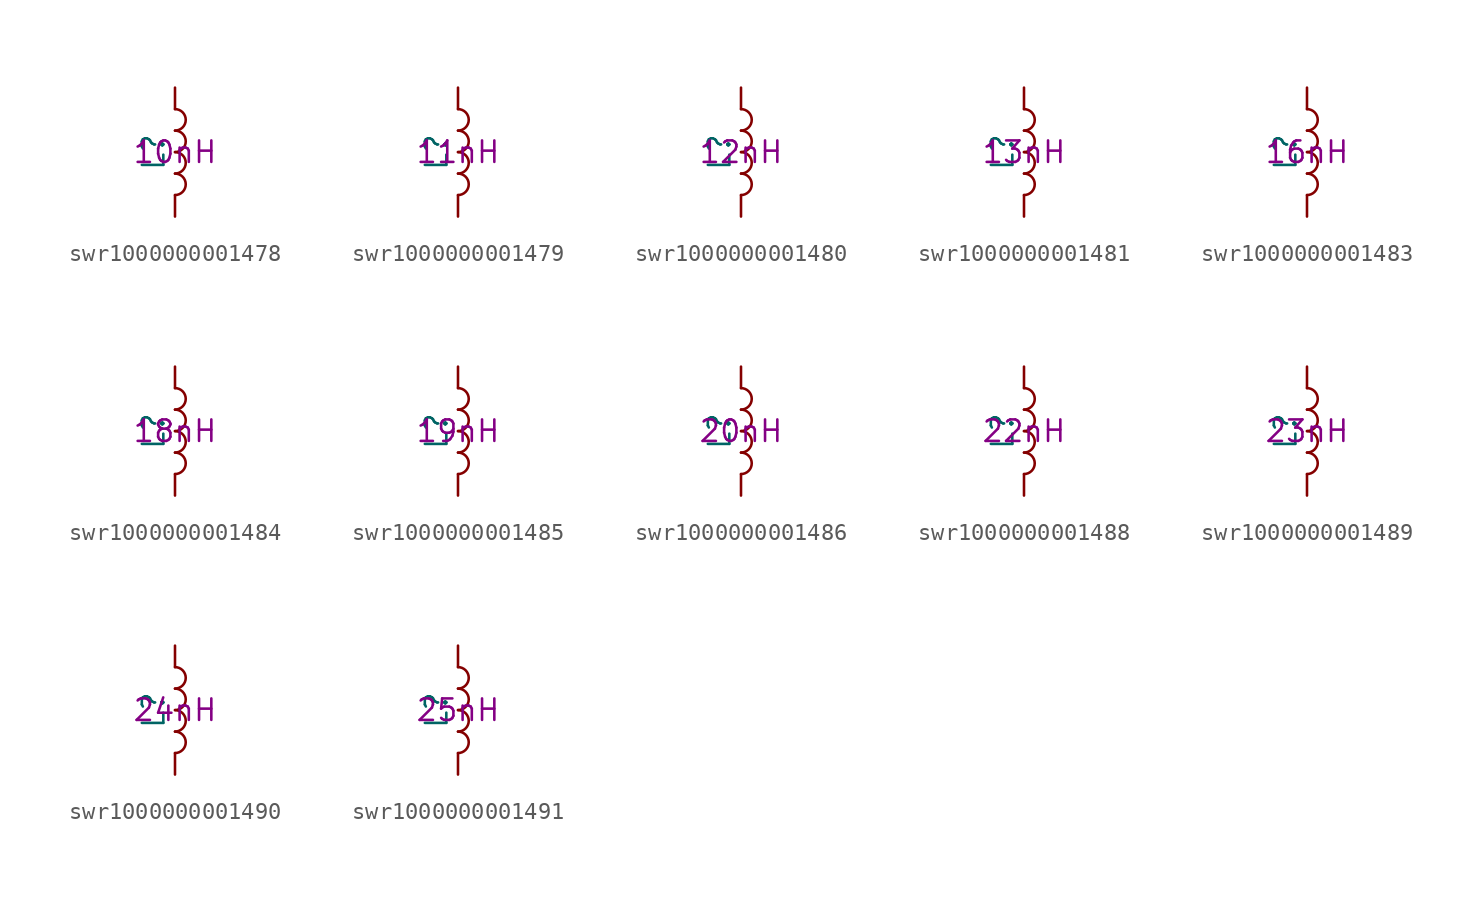
<source format=kicad_sym>
(kicad_symbol_lib
  (version 20220914)
  (generator kicad_symbol_editor)
  (symbol "swr1000000001478"
    (pin_numbers hide)
    (pin_names
      (offset 1.016) hide)
    (property "Reference" "L"
      (at -1.27 0 90)
      (effects (font (size 1.27 1.27))))
    (property "PartValue" "10nH"
      (at 0 0 0)
      (effects (font (size 1.27 1.27))))
    (symbol "swr1000000001478_0_1"
      (arc (start 0 -2.54) (mid 0.6323 -1.905) (end 0 -1.27) (stroke (width 0) (type default)) (fill (type none)))
      (arc (start 0 -1.27) (mid 0.6323 -0.635) (end 0 0) (stroke (width 0) (type default)) (fill (type none)))
      (arc (start 0 0) (mid 0.6323 0.635) (end 0 1.27) (stroke (width 0) (type default)) (fill (type none)))
      (arc (start 0 1.27) (mid 0.6323 1.905) (end 0 2.54) (stroke (width 0) (type default)) (fill (type none))))
    (symbol "swr1000000001478_1_1"
      (pin passive line (at 0 3.81 270) (length 1.27) (name "1" (effects (font (size 1.27 1.27)))) (number "1" (effects (font (size 1.27 1.27)))))
      (pin passive line (at 0 -3.81 90) (length 1.27) (name "2" (effects (font (size 1.27 1.27)))) (number "2" (effects (font (size 1.27 1.27)))))))
  (symbol "swr1000000001479"
    (pin_numbers hide)
    (pin_names
      (offset 1.016) hide)
    (property "Reference" "L"
      (at -1.27 0 90)
      (effects (font (size 1.27 1.27))))
    (property "PartValue" "11nH"
      (at 0 0 0)
      (effects (font (size 1.27 1.27))))
    (symbol "swr1000000001479_0_1"
      (arc (start 0 -2.54) (mid 0.6323 -1.905) (end 0 -1.27) (stroke (width 0) (type default)) (fill (type none)))
      (arc (start 0 -1.27) (mid 0.6323 -0.635) (end 0 0) (stroke (width 0) (type default)) (fill (type none)))
      (arc (start 0 0) (mid 0.6323 0.635) (end 0 1.27) (stroke (width 0) (type default)) (fill (type none)))
      (arc (start 0 1.27) (mid 0.6323 1.905) (end 0 2.54) (stroke (width 0) (type default)) (fill (type none))))
    (symbol "swr1000000001479_1_1"
      (pin passive line (at 0 3.81 270) (length 1.27) (name "1" (effects (font (size 1.27 1.27)))) (number "1" (effects (font (size 1.27 1.27)))))
      (pin passive line (at 0 -3.81 90) (length 1.27) (name "2" (effects (font (size 1.27 1.27)))) (number "2" (effects (font (size 1.27 1.27)))))))
  (symbol "swr1000000001480"
    (pin_numbers hide)
    (pin_names
      (offset 1.016) hide)
    (property "Reference" "L"
      (at -1.27 0 90)
      (effects (font (size 1.27 1.27))))
    (property "PartValue" "12nH"
      (at 0 0 0)
      (effects (font (size 1.27 1.27))))
    (symbol "swr1000000001480_0_1"
      (arc (start 0 -2.54) (mid 0.6323 -1.905) (end 0 -1.27) (stroke (width 0) (type default)) (fill (type none)))
      (arc (start 0 -1.27) (mid 0.6323 -0.635) (end 0 0) (stroke (width 0) (type default)) (fill (type none)))
      (arc (start 0 0) (mid 0.6323 0.635) (end 0 1.27) (stroke (width 0) (type default)) (fill (type none)))
      (arc (start 0 1.27) (mid 0.6323 1.905) (end 0 2.54) (stroke (width 0) (type default)) (fill (type none))))
    (symbol "swr1000000001480_1_1"
      (pin passive line (at 0 3.81 270) (length 1.27) (name "1" (effects (font (size 1.27 1.27)))) (number "1" (effects (font (size 1.27 1.27)))))
      (pin passive line (at 0 -3.81 90) (length 1.27) (name "2" (effects (font (size 1.27 1.27)))) (number "2" (effects (font (size 1.27 1.27)))))))
  (symbol "swr1000000001481"
    (pin_numbers hide)
    (pin_names
      (offset 1.016) hide)
    (property "Reference" "L"
      (at -1.27 0 90)
      (effects (font (size 1.27 1.27))))
    (property "PartValue" "13nH"
      (at 0 0 0)
      (effects (font (size 1.27 1.27))))
    (symbol "swr1000000001481_0_1"
      (arc (start 0 -2.54) (mid 0.6323 -1.905) (end 0 -1.27) (stroke (width 0) (type default)) (fill (type none)))
      (arc (start 0 -1.27) (mid 0.6323 -0.635) (end 0 0) (stroke (width 0) (type default)) (fill (type none)))
      (arc (start 0 0) (mid 0.6323 0.635) (end 0 1.27) (stroke (width 0) (type default)) (fill (type none)))
      (arc (start 0 1.27) (mid 0.6323 1.905) (end 0 2.54) (stroke (width 0) (type default)) (fill (type none))))
    (symbol "swr1000000001481_1_1"
      (pin passive line (at 0 3.81 270) (length 1.27) (name "1" (effects (font (size 1.27 1.27)))) (number "1" (effects (font (size 1.27 1.27)))))
      (pin passive line (at 0 -3.81 90) (length 1.27) (name "2" (effects (font (size 1.27 1.27)))) (number "2" (effects (font (size 1.27 1.27)))))))
  (symbol "swr1000000001483"
    (pin_numbers hide)
    (pin_names
      (offset 1.016) hide)
    (property "Reference" "L"
      (at -1.27 0 90)
      (effects (font (size 1.27 1.27))))
    (property "PartValue" "16nH"
      (at 0 0 0)
      (effects (font (size 1.27 1.27))))
    (symbol "swr1000000001483_0_1"
      (arc (start 0 -2.54) (mid 0.6323 -1.905) (end 0 -1.27) (stroke (width 0) (type default)) (fill (type none)))
      (arc (start 0 -1.27) (mid 0.6323 -0.635) (end 0 0) (stroke (width 0) (type default)) (fill (type none)))
      (arc (start 0 0) (mid 0.6323 0.635) (end 0 1.27) (stroke (width 0) (type default)) (fill (type none)))
      (arc (start 0 1.27) (mid 0.6323 1.905) (end 0 2.54) (stroke (width 0) (type default)) (fill (type none))))
    (symbol "swr1000000001483_1_1"
      (pin passive line (at 0 3.81 270) (length 1.27) (name "1" (effects (font (size 1.27 1.27)))) (number "1" (effects (font (size 1.27 1.27)))))
      (pin passive line (at 0 -3.81 90) (length 1.27) (name "2" (effects (font (size 1.27 1.27)))) (number "2" (effects (font (size 1.27 1.27)))))))
  (symbol "swr1000000001484"
    (pin_numbers hide)
    (pin_names
      (offset 1.016) hide)
    (property "Reference" "L"
      (at -1.27 0 90)
      (effects (font (size 1.27 1.27))))
    (property "PartValue" "18nH"
      (at 0 0 0)
      (effects (font (size 1.27 1.27))))
    (symbol "swr1000000001484_0_1"
      (arc (start 0 -2.54) (mid 0.6323 -1.905) (end 0 -1.27) (stroke (width 0) (type default)) (fill (type none)))
      (arc (start 0 -1.27) (mid 0.6323 -0.635) (end 0 0) (stroke (width 0) (type default)) (fill (type none)))
      (arc (start 0 0) (mid 0.6323 0.635) (end 0 1.27) (stroke (width 0) (type default)) (fill (type none)))
      (arc (start 0 1.27) (mid 0.6323 1.905) (end 0 2.54) (stroke (width 0) (type default)) (fill (type none))))
    (symbol "swr1000000001484_1_1"
      (pin passive line (at 0 3.81 270) (length 1.27) (name "1" (effects (font (size 1.27 1.27)))) (number "1" (effects (font (size 1.27 1.27)))))
      (pin passive line (at 0 -3.81 90) (length 1.27) (name "2" (effects (font (size 1.27 1.27)))) (number "2" (effects (font (size 1.27 1.27)))))))
  (symbol "swr1000000001485"
    (pin_numbers hide)
    (pin_names
      (offset 1.016) hide)
    (property "Reference" "L"
      (at -1.27 0 90)
      (effects (font (size 1.27 1.27))))
    (property "PartValue" "19nH"
      (at 0 0 0)
      (effects (font (size 1.27 1.27))))
    (symbol "swr1000000001485_0_1"
      (arc (start 0 -2.54) (mid 0.6323 -1.905) (end 0 -1.27) (stroke (width 0) (type default)) (fill (type none)))
      (arc (start 0 -1.27) (mid 0.6323 -0.635) (end 0 0) (stroke (width 0) (type default)) (fill (type none)))
      (arc (start 0 0) (mid 0.6323 0.635) (end 0 1.27) (stroke (width 0) (type default)) (fill (type none)))
      (arc (start 0 1.27) (mid 0.6323 1.905) (end 0 2.54) (stroke (width 0) (type default)) (fill (type none))))
    (symbol "swr1000000001485_1_1"
      (pin passive line (at 0 3.81 270) (length 1.27) (name "1" (effects (font (size 1.27 1.27)))) (number "1" (effects (font (size 1.27 1.27)))))
      (pin passive line (at 0 -3.81 90) (length 1.27) (name "2" (effects (font (size 1.27 1.27)))) (number "2" (effects (font (size 1.27 1.27)))))))
  (symbol "swr1000000001486"
    (pin_numbers hide)
    (pin_names
      (offset 1.016) hide)
    (property "Reference" "L"
      (at -1.27 0 90)
      (effects (font (size 1.27 1.27))))
    (property "PartValue" "20nH"
      (at 0 0 0)
      (effects (font (size 1.27 1.27))))
    (symbol "swr1000000001486_0_1"
      (arc (start 0 -2.54) (mid 0.6323 -1.905) (end 0 -1.27) (stroke (width 0) (type default)) (fill (type none)))
      (arc (start 0 -1.27) (mid 0.6323 -0.635) (end 0 0) (stroke (width 0) (type default)) (fill (type none)))
      (arc (start 0 0) (mid 0.6323 0.635) (end 0 1.27) (stroke (width 0) (type default)) (fill (type none)))
      (arc (start 0 1.27) (mid 0.6323 1.905) (end 0 2.54) (stroke (width 0) (type default)) (fill (type none))))
    (symbol "swr1000000001486_1_1"
      (pin passive line (at 0 3.81 270) (length 1.27) (name "1" (effects (font (size 1.27 1.27)))) (number "1" (effects (font (size 1.27 1.27)))))
      (pin passive line (at 0 -3.81 90) (length 1.27) (name "2" (effects (font (size 1.27 1.27)))) (number "2" (effects (font (size 1.27 1.27)))))))
  (symbol "swr1000000001488"
    (pin_numbers hide)
    (pin_names
      (offset 1.016) hide)
    (property "Reference" "L"
      (at -1.27 0 90)
      (effects (font (size 1.27 1.27))))
    (property "PartValue" "22nH"
      (at 0 0 0)
      (effects (font (size 1.27 1.27))))
    (symbol "swr1000000001488_0_1"
      (arc (start 0 -2.54) (mid 0.6323 -1.905) (end 0 -1.27) (stroke (width 0) (type default)) (fill (type none)))
      (arc (start 0 -1.27) (mid 0.6323 -0.635) (end 0 0) (stroke (width 0) (type default)) (fill (type none)))
      (arc (start 0 0) (mid 0.6323 0.635) (end 0 1.27) (stroke (width 0) (type default)) (fill (type none)))
      (arc (start 0 1.27) (mid 0.6323 1.905) (end 0 2.54) (stroke (width 0) (type default)) (fill (type none))))
    (symbol "swr1000000001488_1_1"
      (pin passive line (at 0 3.81 270) (length 1.27) (name "1" (effects (font (size 1.27 1.27)))) (number "1" (effects (font (size 1.27 1.27)))))
      (pin passive line (at 0 -3.81 90) (length 1.27) (name "2" (effects (font (size 1.27 1.27)))) (number "2" (effects (font (size 1.27 1.27)))))))
  (symbol "swr1000000001489"
    (pin_numbers hide)
    (pin_names
      (offset 1.016) hide)
    (property "Reference" "L"
      (at -1.27 0 90)
      (effects (font (size 1.27 1.27))))
    (property "PartValue" "23nH"
      (at 0 0 0)
      (effects (font (size 1.27 1.27))))
    (symbol "swr1000000001489_0_1"
      (arc (start 0 -2.54) (mid 0.6323 -1.905) (end 0 -1.27) (stroke (width 0) (type default)) (fill (type none)))
      (arc (start 0 -1.27) (mid 0.6323 -0.635) (end 0 0) (stroke (width 0) (type default)) (fill (type none)))
      (arc (start 0 0) (mid 0.6323 0.635) (end 0 1.27) (stroke (width 0) (type default)) (fill (type none)))
      (arc (start 0 1.27) (mid 0.6323 1.905) (end 0 2.54) (stroke (width 0) (type default)) (fill (type none))))
    (symbol "swr1000000001489_1_1"
      (pin passive line (at 0 3.81 270) (length 1.27) (name "1" (effects (font (size 1.27 1.27)))) (number "1" (effects (font (size 1.27 1.27)))))
      (pin passive line (at 0 -3.81 90) (length 1.27) (name "2" (effects (font (size 1.27 1.27)))) (number "2" (effects (font (size 1.27 1.27)))))))
  (symbol "swr1000000001490"
    (pin_numbers hide)
    (pin_names
      (offset 1.016) hide)
    (property "Reference" "L"
      (at -1.27 0 90)
      (effects (font (size 1.27 1.27))))
    (property "PartValue" "24nH"
      (at 0 0 0)
      (effects (font (size 1.27 1.27))))
    (symbol "swr1000000001490_0_1"
      (arc (start 0 -2.54) (mid 0.6323 -1.905) (end 0 -1.27) (stroke (width 0) (type default)) (fill (type none)))
      (arc (start 0 -1.27) (mid 0.6323 -0.635) (end 0 0) (stroke (width 0) (type default)) (fill (type none)))
      (arc (start 0 0) (mid 0.6323 0.635) (end 0 1.27) (stroke (width 0) (type default)) (fill (type none)))
      (arc (start 0 1.27) (mid 0.6323 1.905) (end 0 2.54) (stroke (width 0) (type default)) (fill (type none))))
    (symbol "swr1000000001490_1_1"
      (pin passive line (at 0 3.81 270) (length 1.27) (name "1" (effects (font (size 1.27 1.27)))) (number "1" (effects (font (size 1.27 1.27)))))
      (pin passive line (at 0 -3.81 90) (length 1.27) (name "2" (effects (font (size 1.27 1.27)))) (number "2" (effects (font (size 1.27 1.27)))))))
  (symbol "swr1000000001491"
    (pin_numbers hide)
    (pin_names
      (offset 1.016) hide)
    (property "Reference" "L"
      (at -1.27 0 90)
      (effects (font (size 1.27 1.27))))
    (property "PartValue" "25nH"
      (at 0 0 0)
      (effects (font (size 1.27 1.27))))
    (symbol "swr1000000001491_0_1"
      (arc (start 0 -2.54) (mid 0.6323 -1.905) (end 0 -1.27) (stroke (width 0) (type default)) (fill (type none)))
      (arc (start 0 -1.27) (mid 0.6323 -0.635) (end 0 0) (stroke (width 0) (type default)) (fill (type none)))
      (arc (start 0 0) (mid 0.6323 0.635) (end 0 1.27) (stroke (width 0) (type default)) (fill (type none)))
      (arc (start 0 1.27) (mid 0.6323 1.905) (end 0 2.54) (stroke (width 0) (type default)) (fill (type none))))
    (symbol "swr1000000001491_1_1"
      (pin passive line (at 0 3.81 270) (length 1.27) (name "1" (effects (font (size 1.27 1.27)))) (number "1" (effects (font (size 1.27 1.27)))))
      (pin passive line (at 0 -3.81 90) (length 1.27) (name "2" (effects (font (size 1.27 1.27)))) (number "2" (effects (font (size 1.27 1.27))))))))
</source>
